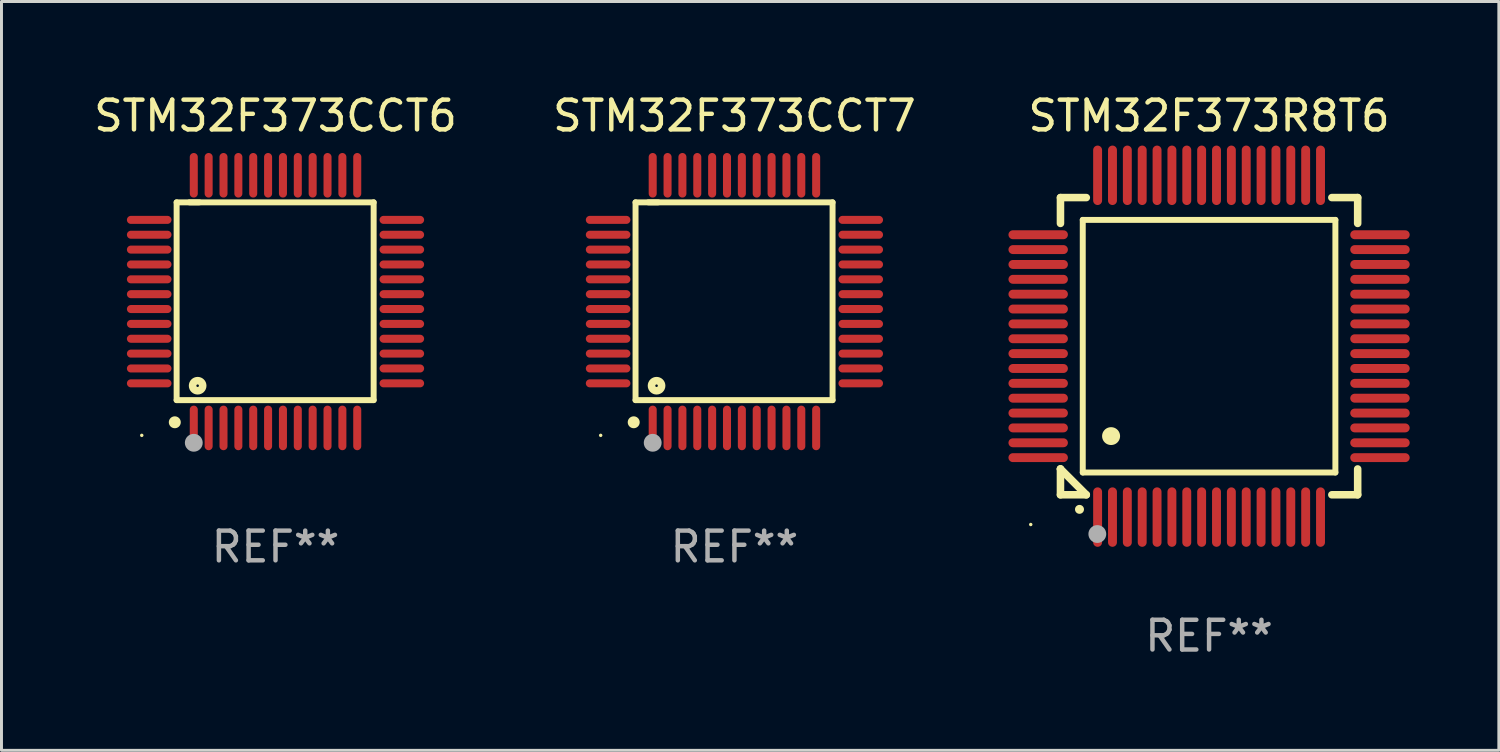
<source format=kicad_pcb>
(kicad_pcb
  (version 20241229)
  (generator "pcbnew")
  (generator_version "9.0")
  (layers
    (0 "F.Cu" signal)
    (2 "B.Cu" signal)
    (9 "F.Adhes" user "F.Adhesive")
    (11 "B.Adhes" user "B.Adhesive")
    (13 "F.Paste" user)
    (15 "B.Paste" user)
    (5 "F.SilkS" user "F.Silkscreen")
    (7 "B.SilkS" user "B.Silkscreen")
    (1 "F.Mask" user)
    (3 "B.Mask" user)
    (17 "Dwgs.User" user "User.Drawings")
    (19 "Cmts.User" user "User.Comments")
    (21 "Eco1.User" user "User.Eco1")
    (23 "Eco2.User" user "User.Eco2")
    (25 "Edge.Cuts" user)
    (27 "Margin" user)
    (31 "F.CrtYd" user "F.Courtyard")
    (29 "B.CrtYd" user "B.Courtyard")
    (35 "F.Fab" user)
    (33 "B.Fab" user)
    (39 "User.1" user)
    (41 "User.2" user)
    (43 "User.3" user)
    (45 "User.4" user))
  (footprint "STM32F373CCT6"
    (layer "F.Cu")
    (at 6.22 7.098)
    (property "Reference" "STM32F373CCT6" (at 0 -6.25 0) (layer "F.SilkS") (effects (font (size 1 1) (thickness 0.15))))
    (attr through_hole)
    (fp_line (start -3.327 -3.34) (end -2.565 -3.34) (stroke (width 0.2) (type solid)) (layer "F.SilkS"))
    (fp_line (start -3.327 3.315) (end -3.327 -3.34) (stroke (width 0.2) (type solid)) (layer "F.SilkS"))
    (fp_line (start -2.896 -3.34) (end 3.302 -3.34) (stroke (width 0.2) (type solid)) (layer "F.SilkS"))
    (fp_line (start 3.302 -3.34) (end 3.302 3.315) (stroke (width 0.2) (type solid)) (layer "F.SilkS"))
    (fp_line (start 3.302 3.315) (end -3.327 3.315) (stroke (width 0.2) (type solid)) (layer "F.SilkS"))
    (fp_arc (start -3.389992 4.059995) (mid -3.388722 4.059991) (end -3.387452 4.059995) (stroke (width 0.4) (type solid)) (layer "F.SilkS"))
    (fp_circle (center -4.5 4.5) (end -4.47 4.5) (stroke (width 0.06) (type solid)) (fill no) (layer "F.SilkS"))
    (fp_circle (center -2.62 2.83) (end -2.45 2.83) (stroke (width 0.254) (type solid)) (fill no) (layer "F.SilkS"))
    (fp_circle (center -2.75 4.75) (end -2.6 4.75) (stroke (width 0.3) (type solid)) (fill no) (layer "F.Fab"))
    (fp_text user "REF**" (at 0 8.25 0) (layer "F.Fab") (effects (font (size 1 1) (thickness 0.15))))
    (pad "1" smd oval (at -2.75 4.25) (size 0.27 1.5) (layers "F.Cu" "F.Mask" "F.Paste"))
    (pad "2" smd oval (at -2.25 4.25) (size 0.27 1.5) (layers "F.Cu" "F.Mask" "F.Paste"))
    (pad "3" smd oval (at -1.75 4.25) (size 0.27 1.5) (layers "F.Cu" "F.Mask" "F.Paste"))
    (pad "4" smd oval (at -1.25 4.25) (size 0.27 1.5) (layers "F.Cu" "F.Mask" "F.Paste"))
    (pad "5" smd oval (at -0.75 4.25) (size 0.27 1.5) (layers "F.Cu" "F.Mask" "F.Paste"))
    (pad "6" smd oval (at -0.25 4.25) (size 0.27 1.5) (layers "F.Cu" "F.Mask" "F.Paste"))
    (pad "7" smd oval (at 0.25 4.25) (size 0.27 1.5) (layers "F.Cu" "F.Mask" "F.Paste"))
    (pad "8" smd oval (at 0.75 4.25) (size 0.27 1.5) (layers "F.Cu" "F.Mask" "F.Paste"))
    (pad "9" smd oval (at 1.25 4.25) (size 0.27 1.5) (layers "F.Cu" "F.Mask" "F.Paste"))
    (pad "10" smd oval (at 1.75 4.25) (size 0.27 1.5) (layers "F.Cu" "F.Mask" "F.Paste"))
    (pad "11" smd oval (at 2.25 4.25) (size 0.27 1.5) (layers "F.Cu" "F.Mask" "F.Paste"))
    (pad "12" smd oval (at 2.75 4.25) (size 0.27 1.5) (layers "F.Cu" "F.Mask" "F.Paste"))
    (pad "13" smd oval (at 4.25 2.75) (size 1.5 0.27) (layers "F.Cu" "F.Mask" "F.Paste"))
    (pad "14" smd oval (at 4.25 2.25) (size 1.5 0.27) (layers "F.Cu" "F.Mask" "F.Paste"))
    (pad "15" smd oval (at 4.25 1.75) (size 1.5 0.27) (layers "F.Cu" "F.Mask" "F.Paste"))
    (pad "16" smd oval (at 4.25 1.25) (size 1.5 0.27) (layers "F.Cu" "F.Mask" "F.Paste"))
    (pad "17" smd oval (at 4.25 0.75) (size 1.5 0.27) (layers "F.Cu" "F.Mask" "F.Paste"))
    (pad "18" smd oval (at 4.25 0.25) (size 1.5 0.27) (layers "F.Cu" "F.Mask" "F.Paste"))
    (pad "19" smd oval (at 4.25 -0.25) (size 1.5 0.27) (layers "F.Cu" "F.Mask" "F.Paste"))
    (pad "20" smd oval (at 4.25 -0.75) (size 1.5 0.27) (layers "F.Cu" "F.Mask" "F.Paste"))
    (pad "21" smd oval (at 4.25 -1.25) (size 1.5 0.27) (layers "F.Cu" "F.Mask" "F.Paste"))
    (pad "22" smd oval (at 4.25 -1.75) (size 1.5 0.27) (layers "F.Cu" "F.Mask" "F.Paste"))
    (pad "23" smd oval (at 4.25 -2.25) (size 1.5 0.27) (layers "F.Cu" "F.Mask" "F.Paste"))
    (pad "24" smd oval (at 4.25 -2.75) (size 1.5 0.27) (layers "F.Cu" "F.Mask" "F.Paste"))
    (pad "25" smd oval (at 2.75 -4.25) (size 0.27 1.5) (layers "F.Cu" "F.Mask" "F.Paste"))
    (pad "26" smd oval (at 2.25 -4.25) (size 0.27 1.5) (layers "F.Cu" "F.Mask" "F.Paste"))
    (pad "27" smd oval (at 1.75 -4.25) (size 0.27 1.5) (layers "F.Cu" "F.Mask" "F.Paste"))
    (pad "28" smd oval (at 1.25 -4.25) (size 0.27 1.5) (layers "F.Cu" "F.Mask" "F.Paste"))
    (pad "29" smd oval (at 0.75 -4.25) (size 0.27 1.5) (layers "F.Cu" "F.Mask" "F.Paste"))
    (pad "30" smd oval (at 0.25 -4.25) (size 0.27 1.5) (layers "F.Cu" "F.Mask" "F.Paste"))
    (pad "31" smd oval (at -0.25 -4.25) (size 0.27 1.5) (layers "F.Cu" "F.Mask" "F.Paste"))
    (pad "32" smd oval (at -0.75 -4.25) (size 0.27 1.5) (layers "F.Cu" "F.Mask" "F.Paste"))
    (pad "33" smd oval (at -1.25 -4.25) (size 0.27 1.5) (layers "F.Cu" "F.Mask" "F.Paste"))
    (pad "34" smd oval (at -1.75 -4.25) (size 0.27 1.5) (layers "F.Cu" "F.Mask" "F.Paste"))
    (pad "35" smd oval (at -2.25 -4.25) (size 0.27 1.5) (layers "F.Cu" "F.Mask" "F.Paste"))
    (pad "36" smd oval (at -2.75 -4.25) (size 0.27 1.5) (layers "F.Cu" "F.Mask" "F.Paste"))
    (pad "37" smd oval (at -4.25 -2.75) (size 1.5 0.27) (layers "F.Cu" "F.Mask" "F.Paste"))
    (pad "38" smd oval (at -4.25 -2.25) (size 1.5 0.27) (layers "F.Cu" "F.Mask" "F.Paste"))
    (pad "39" smd oval (at -4.25 -1.75) (size 1.5 0.27) (layers "F.Cu" "F.Mask" "F.Paste"))
    (pad "40" smd oval (at -4.25 -1.25) (size 1.5 0.27) (layers "F.Cu" "F.Mask" "F.Paste"))
    (pad "41" smd oval (at -4.25 -0.75) (size 1.5 0.27) (layers "F.Cu" "F.Mask" "F.Paste"))
    (pad "42" smd oval (at -4.25 -0.25) (size 1.5 0.27) (layers "F.Cu" "F.Mask" "F.Paste"))
    (pad "43" smd oval (at -4.25 0.25) (size 1.5 0.27) (layers "F.Cu" "F.Mask" "F.Paste"))
    (pad "44" smd oval (at -4.25 0.75) (size 1.5 0.27) (layers "F.Cu" "F.Mask" "F.Paste"))
    (pad "45" smd oval (at -4.25 1.25) (size 1.5 0.27) (layers "F.Cu" "F.Mask" "F.Paste"))
    (pad "46" smd oval (at -4.25 1.75) (size 1.5 0.27) (layers "F.Cu" "F.Mask" "F.Paste"))
    (pad "47" smd oval (at -4.25 2.25) (size 1.5 0.27) (layers "F.Cu" "F.Mask" "F.Paste"))
    (pad "48" smd oval (at -4.25 2.75) (size 1.5 0.27) (layers "F.Cu" "F.Mask" "F.Paste")))
  (footprint "STM32F373CCT7"
    (layer "F.Cu")
    (at 21.661 7.098)
    (property "Reference" "STM32F373CCT7" (at 0 -6.25 0) (layer "F.SilkS") (effects (font (size 1 1) (thickness 0.15))))
    (attr through_hole)
    (fp_line (start -3.327 -3.34) (end -2.565 -3.34) (stroke (width 0.2) (type solid)) (layer "F.SilkS"))
    (fp_line (start -3.327 3.315) (end -3.327 -3.34) (stroke (width 0.2) (type solid)) (layer "F.SilkS"))
    (fp_line (start -2.896 -3.34) (end 3.302 -3.34) (stroke (width 0.2) (type solid)) (layer "F.SilkS"))
    (fp_line (start 3.302 -3.34) (end 3.302 3.315) (stroke (width 0.2) (type solid)) (layer "F.SilkS"))
    (fp_line (start 3.302 3.315) (end -3.327 3.315) (stroke (width 0.2) (type solid)) (layer "F.SilkS"))
    (fp_arc (start -3.389992 4.059995) (mid -3.388722 4.059991) (end -3.387452 4.059995) (stroke (width 0.4) (type solid)) (layer "F.SilkS"))
    (fp_circle (center -4.5 4.5) (end -4.47 4.5) (stroke (width 0.06) (type solid)) (fill no) (layer "F.SilkS"))
    (fp_circle (center -2.62 2.83) (end -2.45 2.83) (stroke (width 0.254) (type solid)) (fill no) (layer "F.SilkS"))
    (fp_circle (center -2.75 4.75) (end -2.6 4.75) (stroke (width 0.3) (type solid)) (fill no) (layer "F.Fab"))
    (fp_text user "REF**" (at 0 8.25 0) (layer "F.Fab") (effects (font (size 1 1) (thickness 0.15))))
    (pad "1" smd oval (at -2.75 4.25) (size 0.27 1.5) (layers "F.Cu" "F.Mask" "F.Paste"))
    (pad "2" smd oval (at -2.25 4.25) (size 0.27 1.5) (layers "F.Cu" "F.Mask" "F.Paste"))
    (pad "3" smd oval (at -1.75 4.25) (size 0.27 1.5) (layers "F.Cu" "F.Mask" "F.Paste"))
    (pad "4" smd oval (at -1.25 4.25) (size 0.27 1.5) (layers "F.Cu" "F.Mask" "F.Paste"))
    (pad "5" smd oval (at -0.75 4.25) (size 0.27 1.5) (layers "F.Cu" "F.Mask" "F.Paste"))
    (pad "6" smd oval (at -0.25 4.25) (size 0.27 1.5) (layers "F.Cu" "F.Mask" "F.Paste"))
    (pad "7" smd oval (at 0.25 4.25) (size 0.27 1.5) (layers "F.Cu" "F.Mask" "F.Paste"))
    (pad "8" smd oval (at 0.75 4.25) (size 0.27 1.5) (layers "F.Cu" "F.Mask" "F.Paste"))
    (pad "9" smd oval (at 1.25 4.25) (size 0.27 1.5) (layers "F.Cu" "F.Mask" "F.Paste"))
    (pad "10" smd oval (at 1.75 4.25) (size 0.27 1.5) (layers "F.Cu" "F.Mask" "F.Paste"))
    (pad "11" smd oval (at 2.25 4.25) (size 0.27 1.5) (layers "F.Cu" "F.Mask" "F.Paste"))
    (pad "12" smd oval (at 2.75 4.25) (size 0.27 1.5) (layers "F.Cu" "F.Mask" "F.Paste"))
    (pad "13" smd oval (at 4.25 2.75) (size 1.5 0.27) (layers "F.Cu" "F.Mask" "F.Paste"))
    (pad "14" smd oval (at 4.25 2.25) (size 1.5 0.27) (layers "F.Cu" "F.Mask" "F.Paste"))
    (pad "15" smd oval (at 4.25 1.75) (size 1.5 0.27) (layers "F.Cu" "F.Mask" "F.Paste"))
    (pad "16" smd oval (at 4.25 1.25) (size 1.5 0.27) (layers "F.Cu" "F.Mask" "F.Paste"))
    (pad "17" smd oval (at 4.25 0.75) (size 1.5 0.27) (layers "F.Cu" "F.Mask" "F.Paste"))
    (pad "18" smd oval (at 4.25 0.25) (size 1.5 0.27) (layers "F.Cu" "F.Mask" "F.Paste"))
    (pad "19" smd oval (at 4.25 -0.25) (size 1.5 0.27) (layers "F.Cu" "F.Mask" "F.Paste"))
    (pad "20" smd oval (at 4.25 -0.75) (size 1.5 0.27) (layers "F.Cu" "F.Mask" "F.Paste"))
    (pad "21" smd oval (at 4.25 -1.25) (size 1.5 0.27) (layers "F.Cu" "F.Mask" "F.Paste"))
    (pad "22" smd oval (at 4.25 -1.75) (size 1.5 0.27) (layers "F.Cu" "F.Mask" "F.Paste"))
    (pad "23" smd oval (at 4.25 -2.25) (size 1.5 0.27) (layers "F.Cu" "F.Mask" "F.Paste"))
    (pad "24" smd oval (at 4.25 -2.75) (size 1.5 0.27) (layers "F.Cu" "F.Mask" "F.Paste"))
    (pad "25" smd oval (at 2.75 -4.25) (size 0.27 1.5) (layers "F.Cu" "F.Mask" "F.Paste"))
    (pad "26" smd oval (at 2.25 -4.25) (size 0.27 1.5) (layers "F.Cu" "F.Mask" "F.Paste"))
    (pad "27" smd oval (at 1.75 -4.25) (size 0.27 1.5) (layers "F.Cu" "F.Mask" "F.Paste"))
    (pad "28" smd oval (at 1.25 -4.25) (size 0.27 1.5) (layers "F.Cu" "F.Mask" "F.Paste"))
    (pad "29" smd oval (at 0.75 -4.25) (size 0.27 1.5) (layers "F.Cu" "F.Mask" "F.Paste"))
    (pad "30" smd oval (at 0.25 -4.25) (size 0.27 1.5) (layers "F.Cu" "F.Mask" "F.Paste"))
    (pad "31" smd oval (at -0.25 -4.25) (size 0.27 1.5) (layers "F.Cu" "F.Mask" "F.Paste"))
    (pad "32" smd oval (at -0.75 -4.25) (size 0.27 1.5) (layers "F.Cu" "F.Mask" "F.Paste"))
    (pad "33" smd oval (at -1.25 -4.25) (size 0.27 1.5) (layers "F.Cu" "F.Mask" "F.Paste"))
    (pad "34" smd oval (at -1.75 -4.25) (size 0.27 1.5) (layers "F.Cu" "F.Mask" "F.Paste"))
    (pad "35" smd oval (at -2.25 -4.25) (size 0.27 1.5) (layers "F.Cu" "F.Mask" "F.Paste"))
    (pad "36" smd oval (at -2.75 -4.25) (size 0.27 1.5) (layers "F.Cu" "F.Mask" "F.Paste"))
    (pad "37" smd oval (at -4.25 -2.75) (size 1.5 0.27) (layers "F.Cu" "F.Mask" "F.Paste"))
    (pad "38" smd oval (at -4.25 -2.25) (size 1.5 0.27) (layers "F.Cu" "F.Mask" "F.Paste"))
    (pad "39" smd oval (at -4.25 -1.75) (size 1.5 0.27) (layers "F.Cu" "F.Mask" "F.Paste"))
    (pad "40" smd oval (at -4.25 -1.25) (size 1.5 0.27) (layers "F.Cu" "F.Mask" "F.Paste"))
    (pad "41" smd oval (at -4.25 -0.75) (size 1.5 0.27) (layers "F.Cu" "F.Mask" "F.Paste"))
    (pad "42" smd oval (at -4.25 -0.25) (size 1.5 0.27) (layers "F.Cu" "F.Mask" "F.Paste"))
    (pad "43" smd oval (at -4.25 0.25) (size 1.5 0.27) (layers "F.Cu" "F.Mask" "F.Paste"))
    (pad "44" smd oval (at -4.25 0.75) (size 1.5 0.27) (layers "F.Cu" "F.Mask" "F.Paste"))
    (pad "45" smd oval (at -4.25 1.25) (size 1.5 0.27) (layers "F.Cu" "F.Mask" "F.Paste"))
    (pad "46" smd oval (at -4.25 1.75) (size 1.5 0.27) (layers "F.Cu" "F.Mask" "F.Paste"))
    (pad "47" smd oval (at -4.25 2.25) (size 1.5 0.27) (layers "F.Cu" "F.Mask" "F.Paste"))
    (pad "48" smd oval (at -4.25 2.75) (size 1.5 0.27) (layers "F.Cu" "F.Mask" "F.Paste")))
  (footprint "STM32F373R8T6"
    (layer "F.Cu")
    (at 37.631 8.598)
    (property "Reference" "STM32F373R8T6" (at 0 -7.75 0) (layer "F.SilkS") (effects (font (size 1 1) (thickness 0.15))))
    (attr through_hole)
    (fp_line (start -5 -5) (end -4.131 -5) (stroke (width 0.254) (type solid)) (layer "F.SilkS"))
    (fp_line (start -5 -4.131) (end -5 -5) (stroke (width 0.254) (type solid)) (layer "F.SilkS"))
    (fp_line (start -5 4.131) (end -5 4.131) (stroke (width 0.254) (type solid)) (layer "F.SilkS"))
    (fp_line (start -5 5) (end -5 4.131) (stroke (width 0.254) (type solid)) (layer "F.SilkS"))
    (fp_line (start -5 4.131) (end -4.131 5) (stroke (width 0.254) (type solid)) (layer "F.SilkS"))
    (fp_line (start -4.25 -4.25) (end -4.25 4.25) (stroke (width 0.2) (type solid)) (layer "F.SilkS"))
    (fp_line (start -4.25 4.25) (end 4.25 4.25) (stroke (width 0.2) (type solid)) (layer "F.SilkS"))
    (fp_line (start -4.131 5) (end -5 5) (stroke (width 0.254) (type solid)) (layer "F.SilkS"))
    (fp_line (start 4.25 -4.25) (end -4.25 -4.25) (stroke (width 0.2) (type solid)) (layer "F.SilkS"))
    (fp_line (start 4.25 4.25) (end 4.25 -4.25) (stroke (width 0.2) (type solid)) (layer "F.SilkS"))
    (fp_line (start 5 -5) (end 4.131 -5) (stroke (width 0.254) (type solid)) (layer "F.SilkS"))
    (fp_line (start 5 -5) (end 5 -4.131) (stroke (width 0.254) (type solid)) (layer "F.SilkS"))
    (fp_line (start 5 4.131) (end 5 5) (stroke (width 0.254) (type solid)) (layer "F.SilkS"))
    (fp_line (start 5 5) (end 4.131 5) (stroke (width 0.254) (type solid)) (layer "F.SilkS"))
    (fp_arc (start -4.361265 5.489992) (mid -4.359995 5.489987) (end -4.358725 5.489992) (stroke (width 0.3) (type solid)) (layer "F.SilkS"))
    (fp_arc (start -3.299467 3.025146) (mid -3.296927 3.025135) (end -3.294387 3.025146) (stroke (width 0.6) (type solid)) (layer "F.SilkS"))
    (fp_circle (center -6 6) (end -5.97 6) (stroke (width 0.06) (type solid)) (fill no) (layer "F.SilkS"))
    (fp_circle (center -3.76 6.32) (end -3.61 6.32) (stroke (width 0.3) (type solid)) (fill no) (layer "F.Fab"))
    (fp_text user "REF**" (at 0 9.75 0) (layer "F.Fab") (effects (font (size 1 1) (thickness 0.15))))
    (pad "1" smd oval (at -3.75 5.75) (size 0.3 2) (layers "F.Cu" "F.Mask" "F.Paste"))
    (pad "2" smd oval (at -3.25 5.75) (size 0.3 2) (layers "F.Cu" "F.Mask" "F.Paste"))
    (pad "3" smd oval (at -2.75 5.75) (size 0.3 2) (layers "F.Cu" "F.Mask" "F.Paste"))
    (pad "4" smd oval (at -2.25 5.75) (size 0.3 2) (layers "F.Cu" "F.Mask" "F.Paste"))
    (pad "5" smd oval (at -1.75 5.75) (size 0.3 2) (layers "F.Cu" "F.Mask" "F.Paste"))
    (pad "6" smd oval (at -1.25 5.75) (size 0.3 2) (layers "F.Cu" "F.Mask" "F.Paste"))
    (pad "7" smd oval (at -0.75 5.75) (size 0.3 2) (layers "F.Cu" "F.Mask" "F.Paste"))
    (pad "8" smd oval (at -0.25 5.75) (size 0.3 2) (layers "F.Cu" "F.Mask" "F.Paste"))
    (pad "9" smd oval (at 0.25 5.75) (size 0.3 2) (layers "F.Cu" "F.Mask" "F.Paste"))
    (pad "10" smd oval (at 0.75 5.75) (size 0.3 2) (layers "F.Cu" "F.Mask" "F.Paste"))
    (pad "11" smd oval (at 1.25 5.75) (size 0.3 2) (layers "F.Cu" "F.Mask" "F.Paste"))
    (pad "12" smd oval (at 1.75 5.75) (size 0.3 2) (layers "F.Cu" "F.Mask" "F.Paste"))
    (pad "13" smd oval (at 2.25 5.75) (size 0.3 2) (layers "F.Cu" "F.Mask" "F.Paste"))
    (pad "14" smd oval (at 2.75 5.75) (size 0.3 2) (layers "F.Cu" "F.Mask" "F.Paste"))
    (pad "15" smd oval (at 3.25 5.75) (size 0.3 2) (layers "F.Cu" "F.Mask" "F.Paste"))
    (pad "16" smd oval (at 3.75 5.75) (size 0.3 2) (layers "F.Cu" "F.Mask" "F.Paste"))
    (pad "17" smd oval (at 5.75 3.75) (size 2 0.3) (layers "F.Cu" "F.Mask" "F.Paste"))
    (pad "18" smd oval (at 5.75 3.25) (size 2 0.3) (layers "F.Cu" "F.Mask" "F.Paste"))
    (pad "19" smd oval (at 5.75 2.75) (size 2 0.3) (layers "F.Cu" "F.Mask" "F.Paste"))
    (pad "20" smd oval (at 5.75 2.25) (size 2 0.3) (layers "F.Cu" "F.Mask" "F.Paste"))
    (pad "21" smd oval (at 5.75 1.75) (size 2 0.3) (layers "F.Cu" "F.Mask" "F.Paste"))
    (pad "22" smd oval (at 5.75 1.25) (size 2 0.3) (layers "F.Cu" "F.Mask" "F.Paste"))
    (pad "23" smd oval (at 5.75 0.75) (size 2 0.3) (layers "F.Cu" "F.Mask" "F.Paste"))
    (pad "24" smd oval (at 5.75 0.25) (size 2 0.3) (layers "F.Cu" "F.Mask" "F.Paste"))
    (pad "25" smd oval (at 5.75 -0.25) (size 2 0.3) (layers "F.Cu" "F.Mask" "F.Paste"))
    (pad "26" smd oval (at 5.75 -0.75) (size 2 0.3) (layers "F.Cu" "F.Mask" "F.Paste"))
    (pad "27" smd oval (at 5.75 -1.25) (size 2 0.3) (layers "F.Cu" "F.Mask" "F.Paste"))
    (pad "28" smd oval (at 5.75 -1.75) (size 2 0.3) (layers "F.Cu" "F.Mask" "F.Paste"))
    (pad "29" smd oval (at 5.75 -2.25) (size 2 0.3) (layers "F.Cu" "F.Mask" "F.Paste"))
    (pad "30" smd oval (at 5.75 -2.75) (size 2 0.3) (layers "F.Cu" "F.Mask" "F.Paste"))
    (pad "31" smd oval (at 5.75 -3.25) (size 2 0.3) (layers "F.Cu" "F.Mask" "F.Paste"))
    (pad "32" smd oval (at 5.75 -3.75) (size 2 0.3) (layers "F.Cu" "F.Mask" "F.Paste"))
    (pad "33" smd oval (at 3.75 -5.75) (size 0.3 2) (layers "F.Cu" "F.Mask" "F.Paste"))
    (pad "34" smd oval (at 3.25 -5.75) (size 0.3 2) (layers "F.Cu" "F.Mask" "F.Paste"))
    (pad "35" smd oval (at 2.75 -5.75) (size 0.3 2) (layers "F.Cu" "F.Mask" "F.Paste"))
    (pad "36" smd oval (at 2.25 -5.75) (size 0.3 2) (layers "F.Cu" "F.Mask" "F.Paste"))
    (pad "37" smd oval (at 1.75 -5.75) (size 0.3 2) (layers "F.Cu" "F.Mask" "F.Paste"))
    (pad "38" smd oval (at 1.25 -5.75) (size 0.3 2) (layers "F.Cu" "F.Mask" "F.Paste"))
    (pad "39" smd oval (at 0.75 -5.75) (size 0.3 2) (layers "F.Cu" "F.Mask" "F.Paste"))
    (pad "40" smd oval (at 0.25 -5.75) (size 0.3 2) (layers "F.Cu" "F.Mask" "F.Paste"))
    (pad "41" smd oval (at -0.25 -5.75) (size 0.3 2) (layers "F.Cu" "F.Mask" "F.Paste"))
    (pad "42" smd oval (at -0.75 -5.75) (size 0.3 2) (layers "F.Cu" "F.Mask" "F.Paste"))
    (pad "43" smd oval (at -1.25 -5.75) (size 0.3 2) (layers "F.Cu" "F.Mask" "F.Paste"))
    (pad "44" smd oval (at -1.75 -5.75) (size 0.3 2) (layers "F.Cu" "F.Mask" "F.Paste"))
    (pad "45" smd oval (at -2.25 -5.75) (size 0.3 2) (layers "F.Cu" "F.Mask" "F.Paste"))
    (pad "46" smd oval (at -2.75 -5.75) (size 0.3 2) (layers "F.Cu" "F.Mask" "F.Paste"))
    (pad "47" smd oval (at -3.25 -5.75) (size 0.3 2) (layers "F.Cu" "F.Mask" "F.Paste"))
    (pad "48" smd oval (at -3.75 -5.75) (size 0.3 2) (layers "F.Cu" "F.Mask" "F.Paste"))
    (pad "49" smd oval (at -5.75 -3.75) (size 2 0.3) (layers "F.Cu" "F.Mask" "F.Paste"))
    (pad "50" smd oval (at -5.75 -3.25) (size 2 0.3) (layers "F.Cu" "F.Mask" "F.Paste"))
    (pad "51" smd oval (at -5.75 -2.75) (size 2 0.3) (layers "F.Cu" "F.Mask" "F.Paste"))
    (pad "52" smd oval (at -5.75 -2.25) (size 2 0.3) (layers "F.Cu" "F.Mask" "F.Paste"))
    (pad "53" smd oval (at -5.75 -1.75) (size 2 0.3) (layers "F.Cu" "F.Mask" "F.Paste"))
    (pad "54" smd oval (at -5.75 -1.25) (size 2 0.3) (layers "F.Cu" "F.Mask" "F.Paste"))
    (pad "55" smd oval (at -5.75 -0.75) (size 2 0.3) (layers "F.Cu" "F.Mask" "F.Paste"))
    (pad "56" smd oval (at -5.75 -0.25) (size 2 0.3) (layers "F.Cu" "F.Mask" "F.Paste"))
    (pad "57" smd oval (at -5.75 0.25) (size 2 0.3) (layers "F.Cu" "F.Mask" "F.Paste"))
    (pad "58" smd oval (at -5.75 0.75) (size 2 0.3) (layers "F.Cu" "F.Mask" "F.Paste"))
    (pad "59" smd oval (at -5.75 1.25) (size 2 0.3) (layers "F.Cu" "F.Mask" "F.Paste"))
    (pad "60" smd oval (at -5.75 1.75) (size 2 0.3) (layers "F.Cu" "F.Mask" "F.Paste"))
    (pad "61" smd oval (at -5.75 2.25) (size 2 0.3) (layers "F.Cu" "F.Mask" "F.Paste"))
    (pad "62" smd oval (at -5.75 2.75) (size 2 0.3) (layers "F.Cu" "F.Mask" "F.Paste"))
    (pad "63" smd oval (at -5.75 3.25) (size 2 0.3) (layers "F.Cu" "F.Mask" "F.Paste"))
    (pad "64" smd oval (at -5.75 3.75) (size 2 0.3) (layers "F.Cu" "F.Mask" "F.Paste")))
  (gr_rect
    (start -3 -3)
    (end 47.381 22.196)
    (stroke (width 0.1) (type default))
    (fill no)
    (layer "Edge.Cuts")))
</source>
